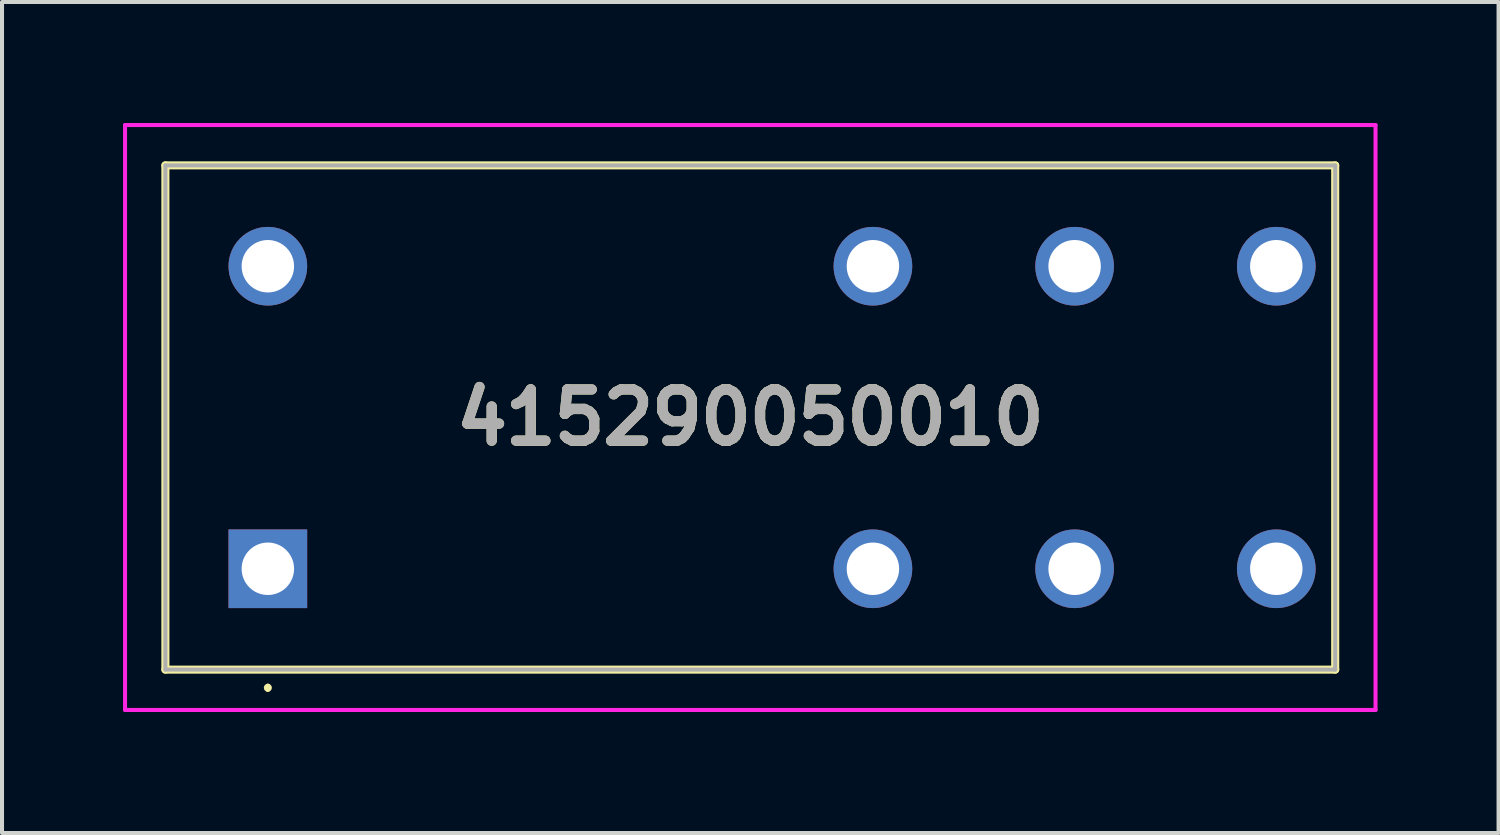
<source format=kicad_pcb>
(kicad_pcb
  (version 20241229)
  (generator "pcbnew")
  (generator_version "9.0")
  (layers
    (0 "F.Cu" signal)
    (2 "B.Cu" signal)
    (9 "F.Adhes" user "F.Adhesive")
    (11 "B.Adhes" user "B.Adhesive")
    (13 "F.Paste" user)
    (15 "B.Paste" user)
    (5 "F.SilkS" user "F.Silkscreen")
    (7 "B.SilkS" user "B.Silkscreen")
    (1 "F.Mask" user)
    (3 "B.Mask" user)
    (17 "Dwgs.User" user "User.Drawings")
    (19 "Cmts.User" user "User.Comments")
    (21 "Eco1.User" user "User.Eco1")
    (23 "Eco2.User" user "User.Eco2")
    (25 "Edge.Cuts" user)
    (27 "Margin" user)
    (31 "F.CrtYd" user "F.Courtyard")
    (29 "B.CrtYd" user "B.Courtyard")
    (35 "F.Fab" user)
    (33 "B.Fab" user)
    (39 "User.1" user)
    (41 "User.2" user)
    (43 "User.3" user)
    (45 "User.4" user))
  (footprint "415290050010"
    (layer "F.Cu")
    (at 3.59 11.05)
    (property "Reference" "415290050010" (at 11.96 -3.75 0) (layer "F.SilkS") (effects (font (size 1.27 1.27) (thickness 0.254))))
    (attr through_hole)
    (fp_line (start -2.54 -10) (end -2.54 2.5) (stroke (width 0.2) (type solid)) (layer "F.SilkS"))
    (fp_line (start -2.54 2.5) (end 26.46 2.5) (stroke (width 0.2) (type solid)) (layer "F.SilkS"))
    (fp_line (start 0 2.9) (end 0 2.9) (stroke (width 0.1) (type solid)) (layer "F.SilkS"))
    (fp_line (start 0 3) (end 0 3) (stroke (width 0.1) (type solid)) (layer "F.SilkS"))
    (fp_line (start 26.46 -10) (end -2.54 -10) (stroke (width 0.2) (type solid)) (layer "F.SilkS"))
    (fp_line (start 26.46 2.5) (end 26.46 -10) (stroke (width 0.2) (type solid)) (layer "F.SilkS"))
    (fp_arc (start 0 2.9) (mid 0.05 2.95) (end 0 3) (stroke (width 0.1) (type solid)) (layer "F.SilkS"))
    (fp_arc (start 0 3) (mid -0.05 2.95) (end 0 2.9) (stroke (width 0.1) (type solid)) (layer "F.SilkS"))
    (fp_line (start -3.54 -11) (end -3.54 3.5) (stroke (width 0.1) (type solid)) (layer "F.CrtYd"))
    (fp_line (start -3.54 3.5) (end 27.46 3.5) (stroke (width 0.1) (type solid)) (layer "F.CrtYd"))
    (fp_line (start 27.46 -11) (end -3.54 -11) (stroke (width 0.1) (type solid)) (layer "F.CrtYd"))
    (fp_line (start 27.46 3.5) (end 27.46 -11) (stroke (width 0.1) (type solid)) (layer "F.CrtYd"))
    (fp_line (start -2.54 -10) (end -2.54 2.5) (stroke (width 0.1) (type solid)) (layer "F.Fab"))
    (fp_line (start -2.54 2.5) (end 26.46 2.5) (stroke (width 0.1) (type solid)) (layer "F.Fab"))
    (fp_line (start 26.46 -10) (end -2.54 -10) (stroke (width 0.1) (type solid)) (layer "F.Fab"))
    (fp_line (start 26.46 2.5) (end 26.46 -10) (stroke (width 0.1) (type solid)) (layer "F.Fab"))
    (fp_text user "${REFERENCE}" (at 11.96 -3.75 0) (layer "F.Fab") (effects (font (size 1.27 1.27) (thickness 0.254))))
    (pad "11" thru_hole circle (at 20 0) (size 1.95 1.95) (drill 1.3) (layers "*.Cu" "*.Mask"))
    (pad "12" thru_hole circle (at 15 0) (size 1.95 1.95) (drill 1.3) (layers "*.Cu" "*.Mask"))
    (pad "14" thru_hole circle (at 25 0) (size 1.95 1.95) (drill 1.3) (layers "*.Cu" "*.Mask"))
    (pad "21" thru_hole circle (at 20 -7.5) (size 1.95 1.95) (drill 1.3) (layers "*.Cu" "*.Mask"))
    (pad "22" thru_hole circle (at 15 -7.5) (size 1.95 1.95) (drill 1.3) (layers "*.Cu" "*.Mask"))
    (pad "24" thru_hole circle (at 25 -7.5) (size 1.95 1.95) (drill 1.3) (layers "*.Cu" "*.Mask"))
    (pad "A1" thru_hole rect (at 0 0) (size 1.95 1.95) (drill 1.3) (layers "*.Cu" "*.Mask"))
    (pad "A2" thru_hole circle (at 0 -7.5) (size 1.95 1.95) (drill 1.3) (layers "*.Cu" "*.Mask")))
  (gr_rect
    (start -3 -3)
    (end 34.1 17.6)
    (stroke (width 0.1) (type default))
    (fill no)
    (layer "Edge.Cuts")))
</source>
